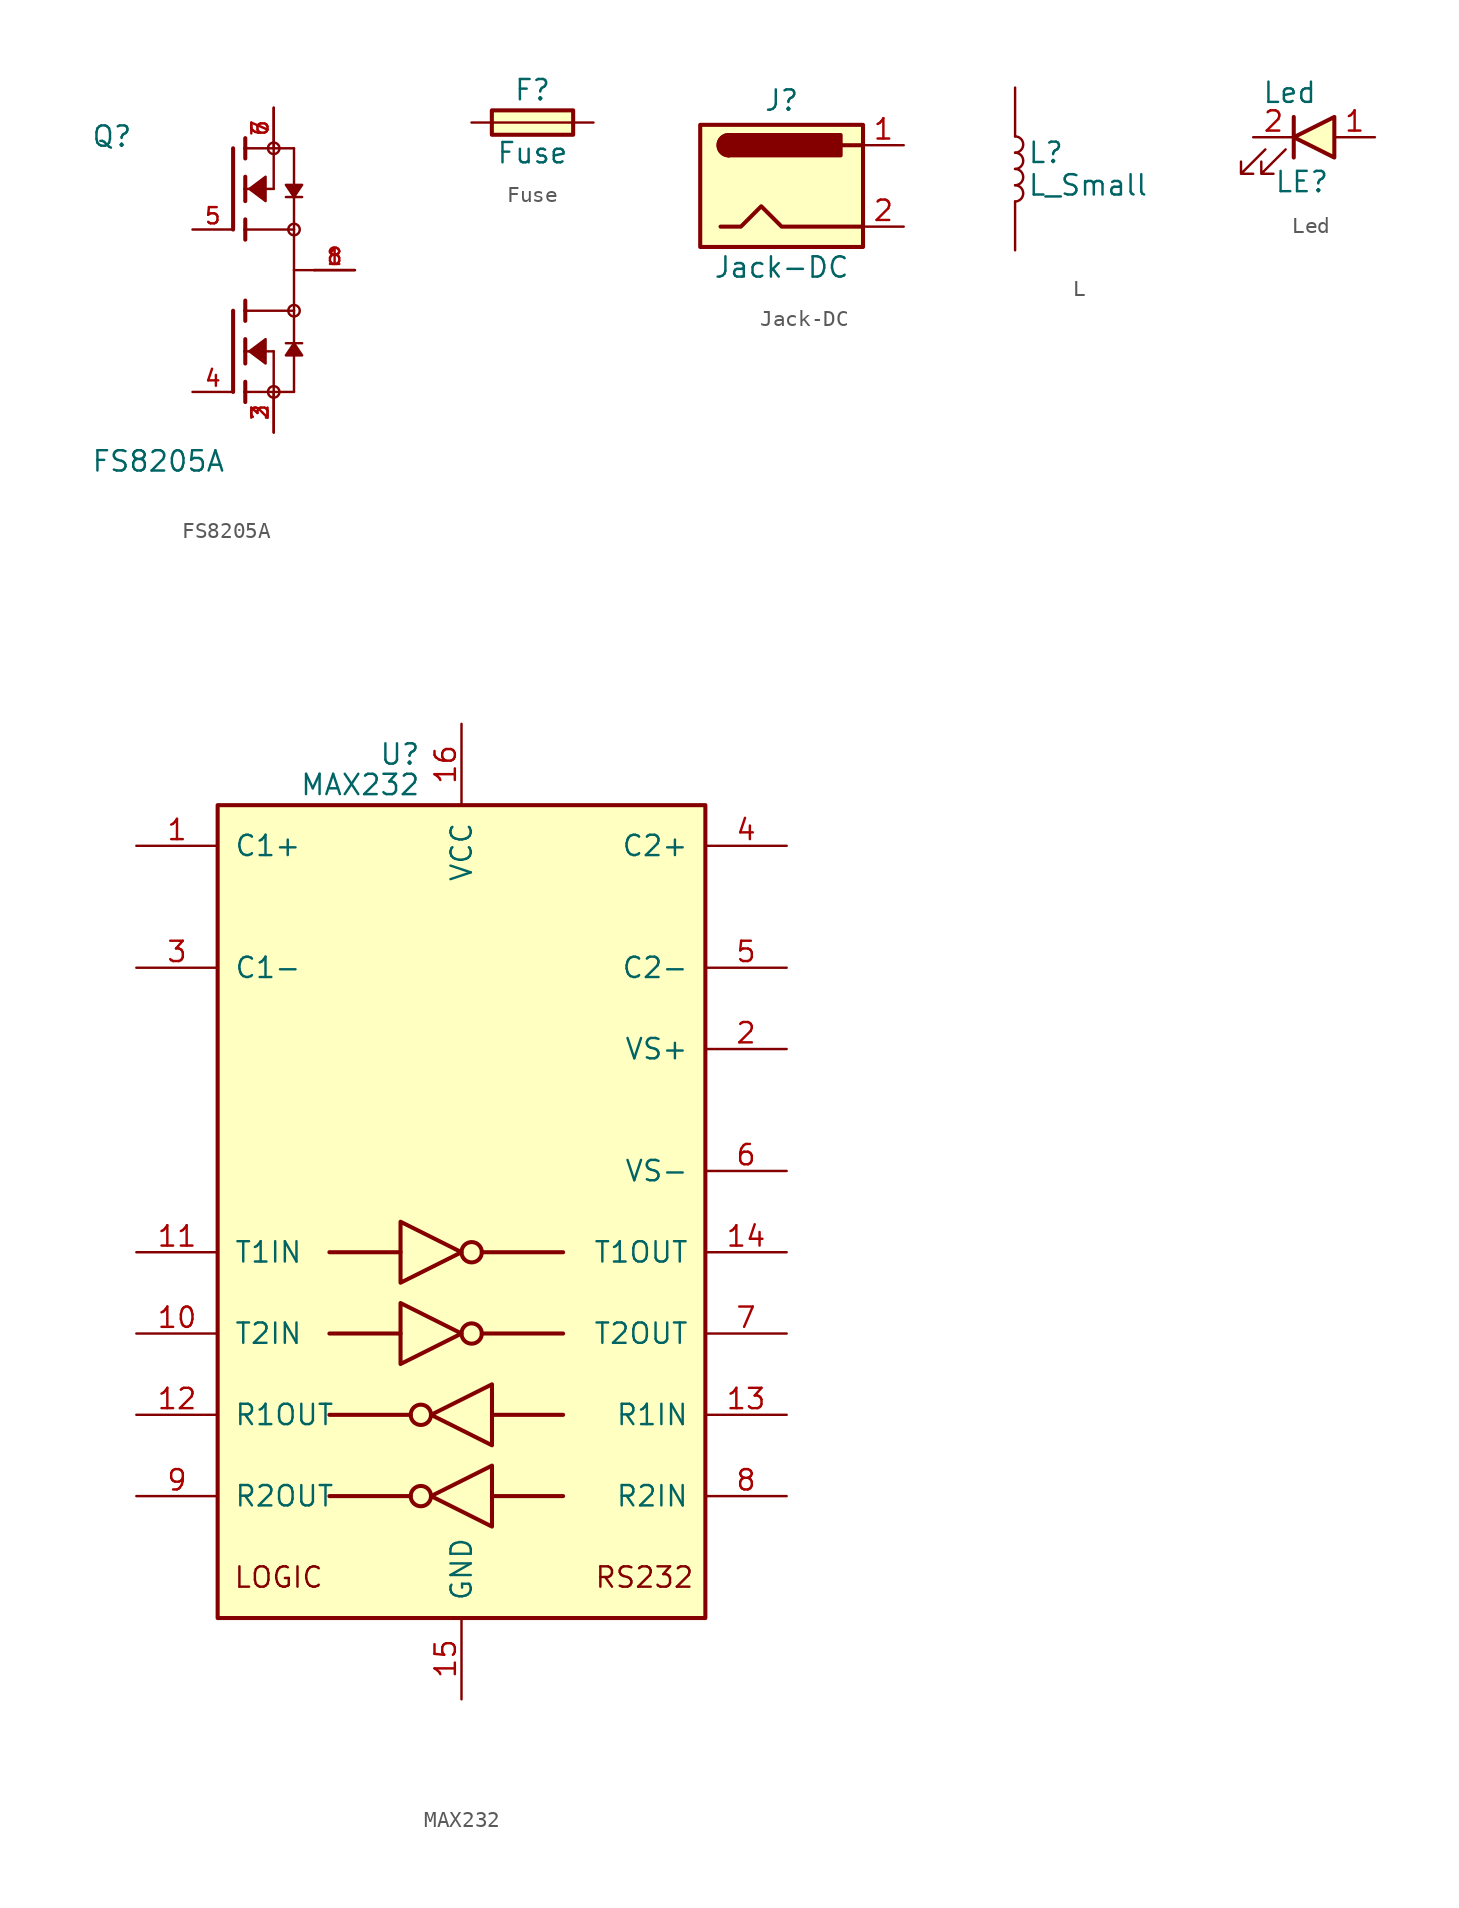
<source format=kicad_sym>
(kicad_symbol_lib
  (version 20220914)
  (generator kicad_symbol_editor)
  (symbol "FS8205A"
    (pin_names
      (offset 1.016))
    (property "Reference" "Q"
      (at -11.43 7.62 0)
      (effects (font (size 1.27 1.27)) (justify left bottom)))
    (property "Value" "FS8205A"
      (at -11.43 -12.7 0)
      (effects (font (size 1.27 1.27)) (justify left bottom)))
    (symbol "FS8205A_0_0"
      (circle (center 0 -7.62) (radius 0.359) (stroke (width 0) (type default)) (fill (type none)))
      (polyline (pts (xy -2.54 -2.54) (xy -2.54 -7.62)) (stroke (width 0.254) (type default)) (fill (type none)))
      (polyline (pts (xy -2.54 7.62) (xy -2.54 2.54)) (stroke (width 0.254) (type default)) (fill (type none)))
      (polyline (pts (xy -1.778 -7.62) (xy -1.778 -8.255)) (stroke (width 0.254) (type default)) (fill (type none)))
      (polyline (pts (xy -1.778 -6.985) (xy -1.778 -7.62)) (stroke (width 0.254) (type default)) (fill (type none)))
      (polyline (pts (xy -1.778 -5.08) (xy -1.778 -5.842)) (stroke (width 0.254) (type default)) (fill (type none)))
      (polyline (pts (xy -1.778 -5.08) (xy 0 -5.08)) (stroke (width 0.152) (type default)) (fill (type none)))
      (polyline (pts (xy -1.778 -4.318) (xy -1.778 -5.08)) (stroke (width 0.254) (type default)) (fill (type none)))
      (polyline (pts (xy -1.778 -2.54) (xy -1.778 -3.175)) (stroke (width 0.254) (type default)) (fill (type none)))
      (polyline (pts (xy -1.778 -2.54) (xy 1.27 -2.54)) (stroke (width 0.152) (type default)) (fill (type none)))
      (polyline (pts (xy -1.778 -1.905) (xy -1.778 -2.54)) (stroke (width 0.254) (type default)) (fill (type none)))
      (polyline (pts (xy -1.778 2.54) (xy -1.778 1.905)) (stroke (width 0.254) (type default)) (fill (type none)))
      (polyline (pts (xy -1.778 3.175) (xy -1.778 2.54)) (stroke (width 0.254) (type default)) (fill (type none)))
      (polyline (pts (xy -1.778 5.08) (xy -1.778 4.318)) (stroke (width 0.254) (type default)) (fill (type none)))
      (polyline (pts (xy -1.778 5.08) (xy 0 5.08)) (stroke (width 0.152) (type default)) (fill (type none)))
      (polyline (pts (xy -1.778 5.842) (xy -1.778 5.08)) (stroke (width 0.254) (type default)) (fill (type none)))
      (polyline (pts (xy -1.778 7.62) (xy -1.778 6.985)) (stroke (width 0.254) (type default)) (fill (type none)))
      (polyline (pts (xy -1.778 7.62) (xy 1.27 7.62)) (stroke (width 0.152) (type default)) (fill (type none)))
      (polyline (pts (xy -1.778 8.255) (xy -1.778 7.62)) (stroke (width 0.254) (type default)) (fill (type none)))
      (polyline (pts (xy 0 -7.62) (xy -1.778 -7.62)) (stroke (width 0.152) (type default)) (fill (type none)))
      (polyline (pts (xy 0 -7.62) (xy 1.27 -7.62)) (stroke (width 0.152) (type default)) (fill (type none)))
      (polyline (pts (xy 0 -5.08) (xy 0 -7.62)) (stroke (width 0.152) (type default)) (fill (type none)))
      (polyline (pts (xy 0 7.62) (xy 0 5.08)) (stroke (width 0.152) (type default)) (fill (type none)))
      (polyline (pts (xy 0.762 4.572) (xy 1.27 4.572)) (stroke (width 0.152) (type default)) (fill (type none)))
      (polyline (pts (xy 1.27 -4.572) (xy 0.762 -4.572)) (stroke (width 0.152) (type default)) (fill (type none)))
      (polyline (pts (xy 1.27 -4.572) (xy 1.27 -7.62)) (stroke (width 0.152) (type default)) (fill (type none)))
      (polyline (pts (xy 1.27 -2.54) (xy 1.27 -4.572)) (stroke (width 0.152) (type default)) (fill (type none)))
      (polyline (pts (xy 1.27 -2.54) (xy 1.27 0)) (stroke (width 0.152) (type default)) (fill (type none)))
      (polyline (pts (xy 1.27 0) (xy 1.27 2.54)) (stroke (width 0.152) (type default)) (fill (type none)))
      (polyline (pts (xy 1.27 0) (xy 2.54 0)) (stroke (width 0.152) (type default)) (fill (type none)))
      (polyline (pts (xy 1.27 2.54) (xy -1.778 2.54)) (stroke (width 0.152) (type default)) (fill (type none)))
      (polyline (pts (xy 1.27 2.54) (xy 1.27 4.572)) (stroke (width 0.152) (type default)) (fill (type none)))
      (polyline (pts (xy 1.27 4.572) (xy 1.27 7.62)) (stroke (width 0.152) (type default)) (fill (type none)))
      (polyline (pts (xy 1.27 4.572) (xy 1.778 4.572)) (stroke (width 0.152) (type default)) (fill (type none)))
      (polyline (pts (xy 1.778 -4.572) (xy 1.27 -4.572)) (stroke (width 0.152) (type default)) (fill (type none)))
      (polyline (pts (xy -1.524 -5.08) (xy -0.508 -4.318) (xy -0.508 -5.842) (xy -1.524 -5.08)) (stroke (width 0.152) (type default)) (fill (type outline)))
      (polyline (pts (xy -1.524 5.08) (xy -0.508 5.842) (xy -0.508 4.318) (xy -1.524 5.08)) (stroke (width 0.152) (type default)) (fill (type outline)))
      (polyline (pts (xy 1.27 -4.572) (xy 0.762 -5.334) (xy 1.778 -5.334) (xy 1.27 -4.572)) (stroke (width 0.152) (type default)) (fill (type outline)))
      (polyline (pts (xy 1.27 4.572) (xy 1.778 5.334) (xy 0.762 5.334) (xy 1.27 4.572)) (stroke (width 0.152) (type default)) (fill (type outline)))
      (circle (center 0 7.62) (radius 0.359) (stroke (width 0) (type default)) (fill (type none)))
      (circle (center 1.27 -2.54) (radius 0.359) (stroke (width 0) (type default)) (fill (type none)))
      (circle (center 1.27 2.54) (radius 0.359) (stroke (width 0) (type default)) (fill (type none)))
      (pin passive line (at 5.08 0 180) (length 2.54) (name "~" (effects (font (size 1.016 1.016)))) (number "1" (effects (font (size 1.016 1.016)))))
      (pin passive line (at 0 -10.16 90) (length 2.54) (name "~" (effects (font (size 1.016 1.016)))) (number "2" (effects (font (size 1.016 1.016)))))
      (pin passive line (at 0 -10.16 90) (length 2.54) (name "~" (effects (font (size 1.016 1.016)))) (number "3" (effects (font (size 1.016 1.016)))))
      (pin passive line (at -5.08 -7.62 0) (length 2.54) (name "~" (effects (font (size 1.016 1.016)))) (number "4" (effects (font (size 1.016 1.016)))))
      (pin passive line (at -5.08 2.54 0) (length 2.54) (name "~" (effects (font (size 1.016 1.016)))) (number "5" (effects (font (size 1.016 1.016)))))
      (pin passive line (at 0 10.16 270) (length 2.54) (name "~" (effects (font (size 1.016 1.016)))) (number "6" (effects (font (size 1.016 1.016)))))
      (pin passive line (at 0 10.16 270) (length 2.54) (name "~" (effects (font (size 1.016 1.016)))) (number "7" (effects (font (size 1.016 1.016)))))
      (pin passive line (at 5.08 0 180) (length 2.54) (name "~" (effects (font (size 1.016 1.016)))) (number "8" (effects (font (size 1.016 1.016)))))))
  (symbol "Fuse"
    (pin_numbers hide)
    (pin_names
      (offset 0))
    (property "Reference" "F"
      (at 0 2.032 0)
      (effects (font (size 1.27 1.27))))
    (property "Value" "Fuse"
      (at 0 -1.905 0)
      (effects (font (size 1.27 1.27))))
    (symbol "Fuse_0_1"
      (polyline (pts (xy -2.54 0) (xy 2.54 0)) (stroke (width 0) (type default)) (fill (type none))))
    (symbol "Fuse_1_1"
      (rectangle (start -2.54 0.762) (end 2.54 -0.762) (stroke (width 0.254) (type default)) (fill (type background)))
      (pin passive line (at -3.81 0 0) (length 1.27) (name "~" (effects (font (size 1.27 1.27)))) (number "1" (effects (font (size 1.27 1.27)))))
      (pin passive line (at 3.81 0 180) (length 1.27) (name "~" (effects (font (size 1.27 1.27)))) (number "2" (effects (font (size 1.27 1.27)))))))
  (symbol "Jack-DC"
    (pin_names
      (offset 1.016))
    (property "Reference" "J"
      (at 0 5.334 0)
      (effects (font (size 1.27 1.27))))
    (property "Value" "Jack-DC"
      (at 0 -5.08 0)
      (effects (font (size 1.27 1.27))))
    (symbol "Jack-DC_0_1"
      (rectangle (start -5.08 3.81) (end 5.08 -3.81) (stroke (width 0.254) (type default)) (fill (type background)))
      (arc (start -3.302 3.175) (mid -3.9343 2.54) (end -3.302 1.905) (stroke (width 0.254) (type default)) (fill (type none)))
      (arc (start -3.302 3.175) (mid -3.9343 2.54) (end -3.302 1.905) (stroke (width 0.254) (type default)) (fill (type outline)))
      (polyline (pts (xy 5.08 2.54) (xy 3.81 2.54)) (stroke (width 0.254) (type default)) (fill (type none)))
      (polyline (pts (xy -3.81 -2.54) (xy -2.54 -2.54) (xy -1.27 -1.27) (xy 0 -2.54) (xy 2.54 -2.54) (xy 5.08 -2.54)) (stroke (width 0.254) (type default)) (fill (type none)))
      (rectangle (start 3.683 3.175) (end -3.302 1.905) (stroke (width 0.254) (type default)) (fill (type outline))))
    (symbol "Jack-DC_1_1"
      (pin passive line (at 7.62 2.54 180) (length 2.54) (name "~" (effects (font (size 1.27 1.27)))) (number "1" (effects (font (size 1.27 1.27)))))
      (pin passive line (at 7.62 -2.54 180) (length 2.54) (name "~" (effects (font (size 1.27 1.27)))) (number "2" (effects (font (size 1.27 1.27)))))))
  (symbol "L"
    (pin_numbers hide)
    (pin_names
      (offset 0.254) hide)
    (property "Reference" "L"
      (at 0.762 1.016 0)
      (effects (font (size 1.27 1.27)) (justify left)))
    (property "Value" "L_Small"
      (at 0.762 -1.016 0)
      (effects (font (size 1.27 1.27)) (justify left)))
    (symbol "L_0_1"
      (arc (start 0 -2.032) (mid 0.5058 -1.524) (end 0 -1.016) (stroke (width 0) (type default)) (fill (type none)))
      (arc (start 0 -1.016) (mid 0.5058 -0.508) (end 0 0) (stroke (width 0) (type default)) (fill (type none)))
      (arc (start 0 0) (mid 0.5058 0.508) (end 0 1.016) (stroke (width 0) (type default)) (fill (type none)))
      (arc (start 0 1.016) (mid 0.5058 1.524) (end 0 2.032) (stroke (width 0) (type default)) (fill (type none))))
    (symbol "L_1_1"
      (pin passive line (at 0 5.08 270) (length 3.048) (name "~" (effects (font (size 1.27 1.27)))) (number "1" (effects (font (size 1.27 1.27)))))
      (pin passive line (at 0 -5.08 90) (length 3.048) (name "~" (effects (font (size 1.27 1.27)))) (number "2" (effects (font (size 1.27 1.27)))))))
  (symbol "Led"
    (property "Reference" "LE"
      (at 0.508 -2.794 0)
      (effects (font (size 1.27 1.27))))
    (property "Value" "Led"
      (at -0.254 2.794 0)
      (effects (font (size 1.27 1.27))))
    (symbol "Led_0_1"
      (polyline (pts (xy 0 -1.27) (xy 0 1.27)) (stroke (width 0.254) (type default)) (fill (type none)))
      (polyline (pts (xy 2.54 -1.27) (xy 2.54 1.27) (xy 0 0) (xy 2.54 -1.27)) (stroke (width 0.254) (type default)) (fill (type background)))
      (polyline (pts (xy -1.778 -0.762) (xy -3.302 -2.286) (xy -2.54 -2.286) (xy -3.302 -2.286) (xy -3.302 -1.524)) (stroke (width 0) (type default)) (fill (type none)))
      (polyline (pts (xy -0.508 -0.762) (xy -2.032 -2.286) (xy -1.27 -2.286) (xy -2.032 -2.286) (xy -2.032 -1.524)) (stroke (width 0) (type default)) (fill (type none))))
    (symbol "Led_1_1"
      (pin passive line (at 5.08 0 180) (length 2.54) (name "" (effects (font (size 1.27 1.27)))) (number "1" (effects (font (size 1.27 1.27)))))
      (pin passive line (at -2.54 0 0) (length 2.54) (name "" (effects (font (size 1.27 1.27)))) (number "2" (effects (font (size 1.27 1.27)))))))
  (symbol "MAX232"
    (pin_names
      (offset 1.016))
    (property "Reference" "U"
      (at -2.54 28.575 0)
      (effects (font (size 1.27 1.27)) (justify right)))
    (property "Value" "MAX232"
      (at -2.54 26.67 0)
      (effects (font (size 1.27 1.27)) (justify right)))
    (symbol "MAX232_0_0"
      (text "LOGIC" (at -11.43 -22.86 0) (effects (font (size 1.27 1.27))))
      (text "RS232" (at 11.43 -22.86 0) (effects (font (size 1.27 1.27)))))
    (symbol "MAX232_0_1"
      (rectangle (start -15.24 -25.4) (end 15.24 25.4) (stroke (width 0.254) (type default)) (fill (type background)))
      (circle (center -2.54 -17.78) (radius 0.635) (stroke (width 0.254) (type default)) (fill (type none)))
      (circle (center -2.54 -12.7) (radius 0.635) (stroke (width 0.254) (type default)) (fill (type none)))
      (polyline (pts (xy -3.81 -7.62) (xy -8.255 -7.62)) (stroke (width 0.254) (type default)) (fill (type none)))
      (polyline (pts (xy -3.81 -2.54) (xy -8.255 -2.54)) (stroke (width 0.254) (type default)) (fill (type none)))
      (polyline (pts (xy -3.175 -17.78) (xy -8.255 -17.78)) (stroke (width 0.254) (type default)) (fill (type none)))
      (polyline (pts (xy -3.175 -12.7) (xy -8.255 -12.7)) (stroke (width 0.254) (type default)) (fill (type none)))
      (polyline (pts (xy 1.27 -7.62) (xy 6.35 -7.62)) (stroke (width 0.254) (type default)) (fill (type none)))
      (polyline (pts (xy 1.27 -2.54) (xy 6.35 -2.54)) (stroke (width 0.254) (type default)) (fill (type none)))
      (polyline (pts (xy 1.905 -17.78) (xy 6.35 -17.78)) (stroke (width 0.254) (type default)) (fill (type none)))
      (polyline (pts (xy 1.905 -12.7) (xy 6.35 -12.7)) (stroke (width 0.254) (type default)) (fill (type none)))
      (polyline (pts (xy -3.81 -5.715) (xy -3.81 -9.525) (xy 0 -7.62) (xy -3.81 -5.715)) (stroke (width 0.254) (type default)) (fill (type none)))
      (polyline (pts (xy -3.81 -0.635) (xy -3.81 -4.445) (xy 0 -2.54) (xy -3.81 -0.635)) (stroke (width 0.254) (type default)) (fill (type none)))
      (polyline (pts (xy 1.905 -15.875) (xy 1.905 -19.685) (xy -1.905 -17.78) (xy 1.905 -15.875)) (stroke (width 0.254) (type default)) (fill (type none)))
      (polyline (pts (xy 1.905 -10.795) (xy 1.905 -14.605) (xy -1.905 -12.7) (xy 1.905 -10.795)) (stroke (width 0.254) (type default)) (fill (type none)))
      (circle (center 0.635 -7.62) (radius 0.635) (stroke (width 0.254) (type default)) (fill (type none)))
      (circle (center 0.635 -2.54) (radius 0.635) (stroke (width 0.254) (type default)) (fill (type none))))
    (symbol "MAX232_1_1"
      (pin passive line (at -20.32 22.86 0) (length 5.08) (name "C1+" (effects (font (size 1.27 1.27)))) (number "1" (effects (font (size 1.27 1.27)))))
      (pin input line (at -20.32 -7.62 0) (length 5.08) (name "T2IN" (effects (font (size 1.27 1.27)))) (number "10" (effects (font (size 1.27 1.27)))))
      (pin input line (at -20.32 -2.54 0) (length 5.08) (name "T1IN" (effects (font (size 1.27 1.27)))) (number "11" (effects (font (size 1.27 1.27)))))
      (pin output line (at -20.32 -12.7 0) (length 5.08) (name "R1OUT" (effects (font (size 1.27 1.27)))) (number "12" (effects (font (size 1.27 1.27)))))
      (pin input line (at 20.32 -12.7 180) (length 5.08) (name "R1IN" (effects (font (size 1.27 1.27)))) (number "13" (effects (font (size 1.27 1.27)))))
      (pin output line (at 20.32 -2.54 180) (length 5.08) (name "T1OUT" (effects (font (size 1.27 1.27)))) (number "14" (effects (font (size 1.27 1.27)))))
      (pin power_in line (at 0 -30.48 90) (length 5.08) (name "GND" (effects (font (size 1.27 1.27)))) (number "15" (effects (font (size 1.27 1.27)))))
      (pin power_in line (at 0 30.48 270) (length 5.08) (name "VCC" (effects (font (size 1.27 1.27)))) (number "16" (effects (font (size 1.27 1.27)))))
      (pin power_out line (at 20.32 10.16 180) (length 5.08) (name "VS+" (effects (font (size 1.27 1.27)))) (number "2" (effects (font (size 1.27 1.27)))))
      (pin passive line (at -20.32 15.24 0) (length 5.08) (name "C1-" (effects (font (size 1.27 1.27)))) (number "3" (effects (font (size 1.27 1.27)))))
      (pin passive line (at 20.32 22.86 180) (length 5.08) (name "C2+" (effects (font (size 1.27 1.27)))) (number "4" (effects (font (size 1.27 1.27)))))
      (pin passive line (at 20.32 15.24 180) (length 5.08) (name "C2-" (effects (font (size 1.27 1.27)))) (number "5" (effects (font (size 1.27 1.27)))))
      (pin power_out line (at 20.32 2.54 180) (length 5.08) (name "VS-" (effects (font (size 1.27 1.27)))) (number "6" (effects (font (size 1.27 1.27)))))
      (pin output line (at 20.32 -7.62 180) (length 5.08) (name "T2OUT" (effects (font (size 1.27 1.27)))) (number "7" (effects (font (size 1.27 1.27)))))
      (pin input line (at 20.32 -17.78 180) (length 5.08) (name "R2IN" (effects (font (size 1.27 1.27)))) (number "8" (effects (font (size 1.27 1.27)))))
      (pin output line (at -20.32 -17.78 0) (length 5.08) (name "R2OUT" (effects (font (size 1.27 1.27)))) (number "9" (effects (font (size 1.27 1.27))))))))
</source>
